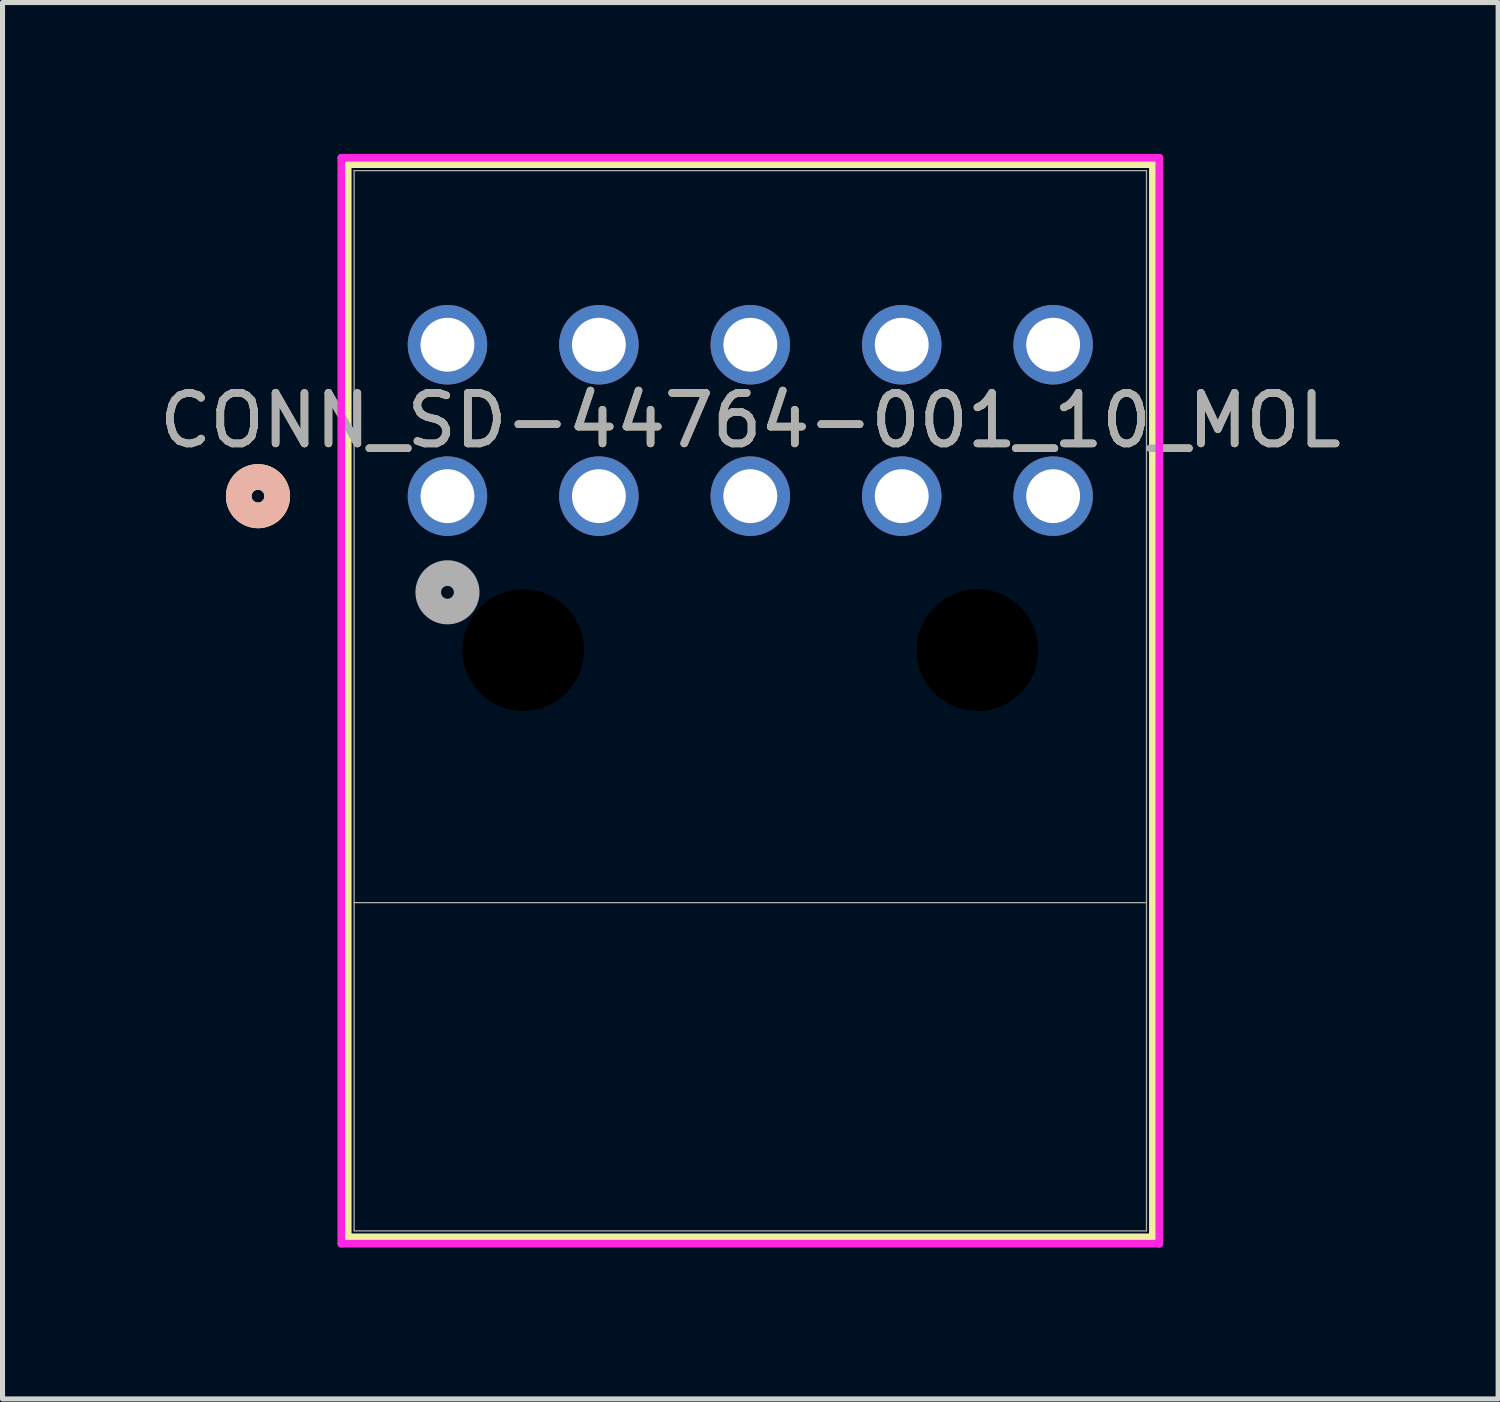
<source format=kicad_pcb>
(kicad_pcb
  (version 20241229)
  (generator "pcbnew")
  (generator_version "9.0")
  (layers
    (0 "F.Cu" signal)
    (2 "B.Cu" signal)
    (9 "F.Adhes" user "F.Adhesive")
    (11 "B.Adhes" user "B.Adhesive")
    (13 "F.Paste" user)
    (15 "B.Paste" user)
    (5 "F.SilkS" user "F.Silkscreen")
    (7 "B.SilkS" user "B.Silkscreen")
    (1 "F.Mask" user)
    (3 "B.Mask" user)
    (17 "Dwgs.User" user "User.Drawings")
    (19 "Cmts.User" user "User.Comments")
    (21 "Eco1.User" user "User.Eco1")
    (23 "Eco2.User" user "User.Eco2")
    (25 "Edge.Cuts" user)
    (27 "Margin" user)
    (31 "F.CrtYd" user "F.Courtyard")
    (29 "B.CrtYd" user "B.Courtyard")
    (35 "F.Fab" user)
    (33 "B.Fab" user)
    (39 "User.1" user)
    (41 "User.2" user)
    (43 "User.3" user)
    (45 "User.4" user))
  (footprint "CONN_SD-44764-001_10_MOL"
    (layer "F.Cu")
    (at 5.815 6.78)
    (property "Reference" "CONN_SD-44764-001_10_MOL" (at 6 -1.5 0) (unlocked yes) (layer "F.SilkS") (effects (font (size 1 1) (thickness 0.15))))
    (attr through_hole)
    (fp_line (start -1.976 -6.577) (end 13.976 -6.577) (stroke (width 0.152) (type solid)) (layer "F.SilkS"))
    (fp_line (start -1.976 14.683) (end -1.976 -6.577) (stroke (width 0.152) (type solid)) (layer "F.SilkS"))
    (fp_line (start 13.976 -6.577) (end 13.976 14.683) (stroke (width 0.152) (type solid)) (layer "F.SilkS"))
    (fp_line (start 13.976 14.683) (end -1.976 14.683) (stroke (width 0.152) (type solid)) (layer "F.SilkS"))
    (fp_circle (center -3.754 0) (end -3.373 0) (stroke (width 0.508) (type solid)) (fill no) (layer "F.SilkS"))
    (fp_circle (center -3.754 0) (end -3.373 0) (stroke (width 0.508) (type solid)) (fill no) (layer "B.SilkS"))
    (fp_line (start -2.103 -6.704) (end -2.103 14.81) (stroke (width 0.152) (type solid)) (layer "F.CrtYd"))
    (fp_line (start -2.103 14.81) (end 14.103 14.81) (stroke (width 0.152) (type solid)) (layer "F.CrtYd"))
    (fp_line (start 14.103 -6.704) (end -2.103 -6.704) (stroke (width 0.152) (type solid)) (layer "F.CrtYd"))
    (fp_line (start 14.103 14.81) (end 14.103 -6.704) (stroke (width 0.152) (type solid)) (layer "F.CrtYd"))
    (fp_line (start -1.849 -6.45) (end -1.849 8.053) (stroke (width 0.025) (type solid)) (layer "F.Fab"))
    (fp_line (start -1.849 8.053) (end -1.849 14.556) (stroke (width 0.025) (type solid)) (layer "F.Fab"))
    (fp_line (start -1.849 8.053) (end 13.849 8.053) (stroke (width 0.025) (type solid)) (layer "F.Fab"))
    (fp_line (start -1.849 14.556) (end 13.849 14.556) (stroke (width 0.025) (type solid)) (layer "F.Fab"))
    (fp_line (start 13.849 -6.45) (end -1.849 -6.45) (stroke (width 0.025) (type solid)) (layer "F.Fab"))
    (fp_line (start 13.849 8.053) (end 13.849 -6.45) (stroke (width 0.025) (type solid)) (layer "F.Fab"))
    (fp_line (start 13.849 14.556) (end 13.849 8.053) (stroke (width 0.025) (type solid)) (layer "F.Fab"))
    (fp_circle (center 0 1.905) (end 0.381 1.905) (stroke (width 0.508) (type solid)) (fill no) (layer "F.Fab"))
    (fp_text user "${REFERENCE}" (at 6 -1.5 0) (unlocked yes) (layer "F.Fab") (effects (font (size 1 1) (thickness 0.15))))
    (pad "" np_thru_hole circle (at 1.5 3.05) (size 2.413 2.413) (drill 2.413) (layers))
    (pad "" np_thru_hole circle (at 10.5 3.05) (size 2.413 2.413) (drill 2.413) (layers))
    (pad "1" thru_hole circle (at 0 0) (size 1.575 1.575) (drill 1.067) (layers "*.Cu" "*.Mask"))
    (pad "2" thru_hole circle (at 3 0) (size 1.575 1.575) (drill 1.067) (layers "*.Cu" "*.Mask"))
    (pad "3" thru_hole circle (at 6 0) (size 1.575 1.575) (drill 1.067) (layers "*.Cu" "*.Mask"))
    (pad "4" thru_hole circle (at 9 0) (size 1.575 1.575) (drill 1.067) (layers "*.Cu" "*.Mask"))
    (pad "5" thru_hole circle (at 12 0) (size 1.575 1.575) (drill 1.067) (layers "*.Cu" "*.Mask"))
    (pad "6" thru_hole circle (at 0 -3) (size 1.575 1.575) (drill 1.067) (layers "*.Cu" "*.Mask"))
    (pad "7" thru_hole circle (at 3 -3) (size 1.575 1.575) (drill 1.067) (layers "*.Cu" "*.Mask"))
    (pad "8" thru_hole circle (at 6 -3) (size 1.575 1.575) (drill 1.067) (layers "*.Cu" "*.Mask"))
    (pad "9" thru_hole circle (at 9 -3) (size 1.575 1.575) (drill 1.067) (layers "*.Cu" "*.Mask"))
    (pad "10" thru_hole circle (at 12 -3) (size 1.575 1.575) (drill 1.067) (layers "*.Cu" "*.Mask")))
  (gr_rect
    (start -3 -3)
    (end 26.631 24.666)
    (stroke (width 0.1) (type default))
    (fill no)
    (layer "Edge.Cuts")))
</source>
